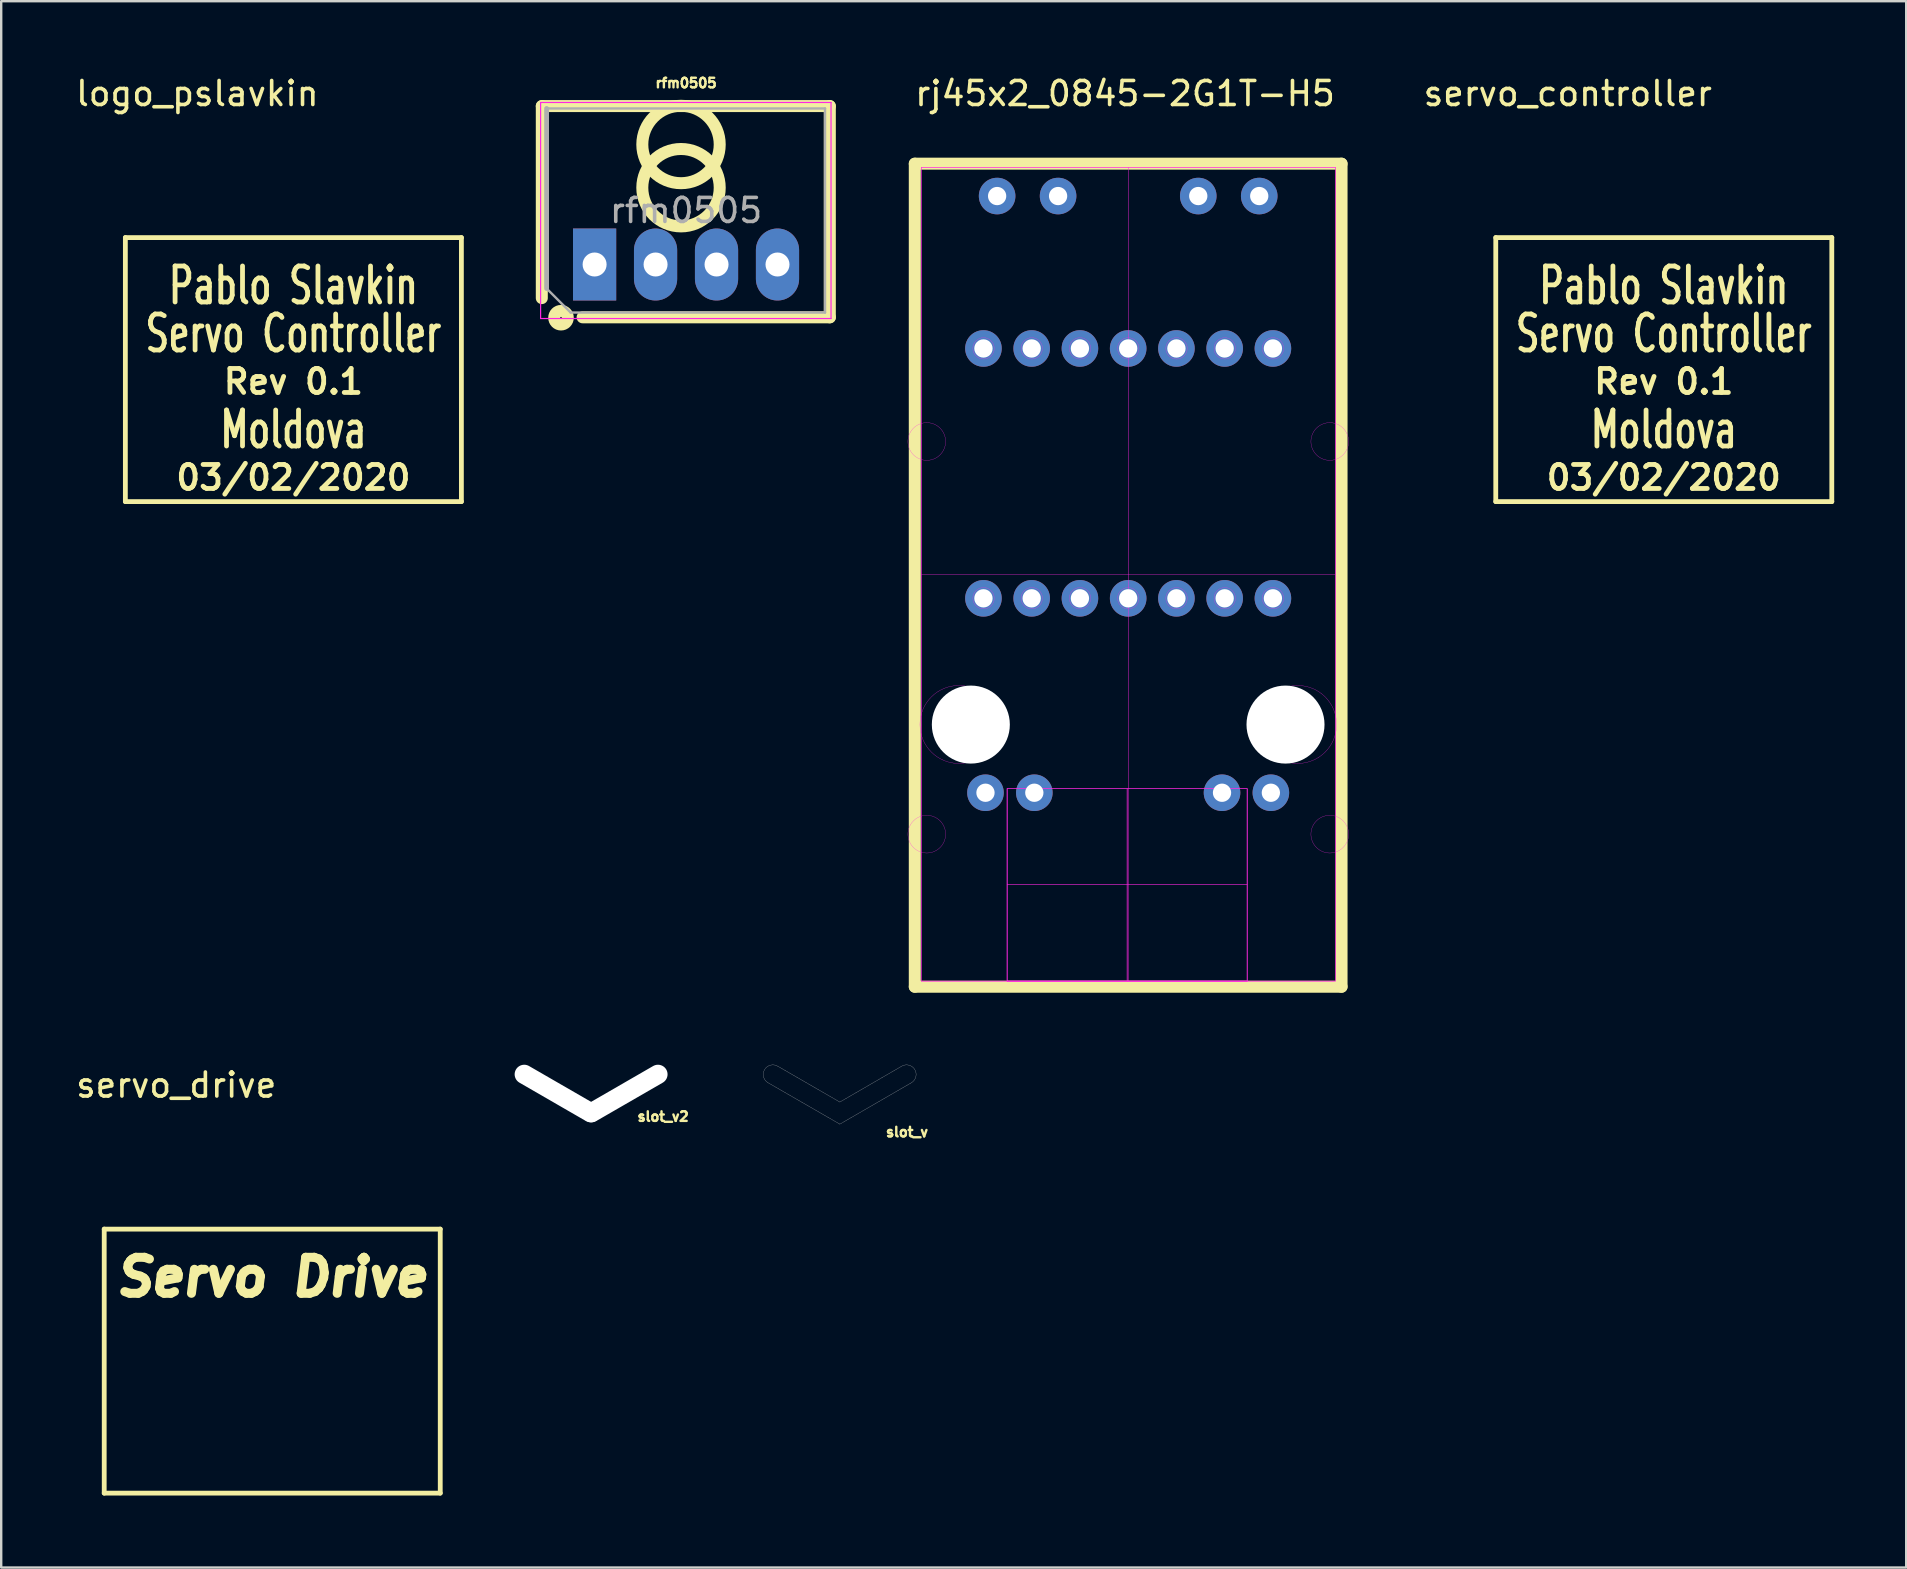
<source format=kicad_pcb>
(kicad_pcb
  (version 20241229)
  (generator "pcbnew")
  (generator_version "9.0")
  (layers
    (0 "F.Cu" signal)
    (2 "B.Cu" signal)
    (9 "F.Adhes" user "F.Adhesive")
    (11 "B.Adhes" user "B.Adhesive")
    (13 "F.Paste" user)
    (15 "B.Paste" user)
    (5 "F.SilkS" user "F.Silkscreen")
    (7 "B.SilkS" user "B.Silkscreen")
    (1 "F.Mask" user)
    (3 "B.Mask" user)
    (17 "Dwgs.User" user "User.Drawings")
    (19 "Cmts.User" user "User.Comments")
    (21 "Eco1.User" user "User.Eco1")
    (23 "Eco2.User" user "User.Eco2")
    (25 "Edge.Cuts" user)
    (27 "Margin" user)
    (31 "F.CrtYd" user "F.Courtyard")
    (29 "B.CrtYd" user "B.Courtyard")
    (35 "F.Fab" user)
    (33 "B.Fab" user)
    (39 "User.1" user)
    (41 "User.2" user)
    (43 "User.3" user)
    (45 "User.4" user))
  (footprint "rj45x2_0845-2G1T-H5"
    (layer "F.Cu")
    (at 43.953 27.138)
    (property "Reference" "rj45x2_0845-2G1T-H5" (at -0.13 -26.29 0) (layer "F.SilkS") (effects (font (size 1 1) (thickness 0.15))))
    (attr through_hole)
    (fp_line (start -8.89 -23.368) (end -8.89 10.922) (stroke (width 0.5) (type solid)) (layer "F.SilkS"))
    (fp_line (start -8.89 10.922) (end 8.89 10.922) (stroke (width 0.5) (type solid)) (layer "F.SilkS"))
    (fp_line (start 8.89 -23.368) (end -8.89 -23.368) (stroke (width 0.5) (type solid)) (layer "F.SilkS"))
    (fp_line (start 8.89 10.922) (end 8.89 -23.368) (stroke (width 0.5) (type solid)) (layer "F.SilkS"))
    (fp_line (start -8.621 -23.224) (end -8.621 10.686) (stroke (width 0.01) (type solid)) (layer "F.CrtYd"))
    (fp_line (start -8.621 -23.224) (end -8.621 10.686) (stroke (width 0.01) (type solid)) (layer "F.CrtYd"))
    (fp_line (start -8.621 -23.224) (end -8.621 10.686) (stroke (width 0.01) (type solid)) (layer "F.CrtYd"))
    (fp_line (start -8.621 -23.224) (end 8.629 -23.224) (stroke (width 0.01) (type solid)) (layer "F.CrtYd"))
    (fp_line (start -8.621 -6.269) (end 8.629 -6.269) (stroke (width 0.01) (type solid)) (layer "F.CrtYd"))
    (fp_line (start -8.621 -6.269) (end 8.629 -6.269) (stroke (width 0.01) (type solid)) (layer "F.CrtYd"))
    (fp_line (start -8.621 10.686) (end -8.621 -23.224) (stroke (width 0.01) (type solid)) (layer "F.CrtYd"))
    (fp_line (start -8.621 10.686) (end 8.629 10.686) (stroke (width 0.01) (type solid)) (layer "F.CrtYd"))
    (fp_line (start -8.621 10.686) (end 8.629 10.686) (stroke (width 0.01) (type solid)) (layer "F.CrtYd"))
    (fp_line (start -8.621 10.686) (end 8.629 10.686) (stroke (width 0.01) (type solid)) (layer "F.CrtYd"))
    (fp_line (start -5.046 2.669) (end 4.954 2.669) (stroke (width 0.01) (type solid)) (layer "F.CrtYd"))
    (fp_line (start -5.046 2.669) (end 4.954 2.669) (stroke (width 0.01) (type solid)) (layer "F.CrtYd"))
    (fp_line (start -5.046 2.669) (end 4.954 2.669) (stroke (width 0.01) (type solid)) (layer "F.CrtYd"))
    (fp_line (start -5.046 2.669) (end 4.954 2.669) (stroke (width 0.01) (type solid)) (layer "F.CrtYd"))
    (fp_line (start -5.046 6.677) (end 4.954 6.677) (stroke (width 0.01) (type solid)) (layer "F.CrtYd"))
    (fp_line (start -5.046 6.677) (end 4.954 6.677) (stroke (width 0.01) (type solid)) (layer "F.CrtYd"))
    (fp_line (start -5.046 10.686) (end -5.046 2.669) (stroke (width 0.01) (type solid)) (layer "F.CrtYd"))
    (fp_line (start -5.046 10.686) (end -5.046 2.669) (stroke (width 0.01) (type solid)) (layer "F.CrtYd"))
    (fp_line (start -5.046 10.686) (end -5.046 2.669) (stroke (width 0.01) (type solid)) (layer "F.CrtYd"))
    (fp_line (start -5.046 10.686) (end -5.046 2.669) (stroke (width 0.01) (type solid)) (layer "F.CrtYd"))
    (fp_line (start -5.046 10.686) (end -5.046 2.669) (stroke (width 0.01) (type solid)) (layer "F.CrtYd"))
    (fp_line (start -5.046 10.686) (end -5.046 2.669) (stroke (width 0.01) (type solid)) (layer "F.CrtYd"))
    (fp_line (start -5.046 10.686) (end -5.046 10.686) (stroke (width 0.01) (type solid)) (layer "F.CrtYd"))
    (fp_line (start -5.046 10.686) (end -5.046 10.686) (stroke (width 0.01) (type solid)) (layer "F.CrtYd"))
    (fp_line (start -5.046 10.686) (end 4.954 10.686) (stroke (width 0.01) (type solid)) (layer "F.CrtYd"))
    (fp_line (start -5.046 10.686) (end 4.954 10.686) (stroke (width 0.01) (type solid)) (layer "F.CrtYd"))
    (fp_line (start -5.046 10.686) (end 4.954 10.686) (stroke (width 0.01) (type solid)) (layer "F.CrtYd"))
    (fp_line (start -5.046 10.686) (end 4.954 10.686) (stroke (width 0.01) (type solid)) (layer "F.CrtYd"))
    (fp_line (start -0.046 10.686) (end -0.046 2.669) (stroke (width 0.01) (type solid)) (layer "F.CrtYd"))
    (fp_line (start -0.046 10.686) (end -0.046 2.669) (stroke (width 0.01) (type solid)) (layer "F.CrtYd"))
    (fp_line (start -0.046 10.686) (end -0.046 2.669) (stroke (width 0.01) (type solid)) (layer "F.CrtYd"))
    (fp_line (start -0.046 10.686) (end -0.046 2.669) (stroke (width 0.01) (type solid)) (layer "F.CrtYd"))
    (fp_line (start 0.004 10.686) (end 0.004 -23.224) (stroke (width 0.01) (type solid)) (layer "F.CrtYd"))
    (fp_line (start 0.004 10.686) (end 0.004 -23.224) (stroke (width 0.01) (type solid)) (layer "F.CrtYd"))
    (fp_line (start 4.954 2.669) (end -5.046 2.669) (stroke (width 0.01) (type solid)) (layer "F.CrtYd"))
    (fp_line (start 4.954 2.669) (end -5.046 2.669) (stroke (width 0.01) (type solid)) (layer "F.CrtYd"))
    (fp_line (start 4.954 6.677) (end -5.046 6.677) (stroke (width 0.01) (type solid)) (layer "F.CrtYd"))
    (fp_line (start 4.954 6.677) (end -5.046 6.677) (stroke (width 0.01) (type solid)) (layer "F.CrtYd"))
    (fp_line (start 4.954 10.686) (end -5.046 10.686) (stroke (width 0.01) (type solid)) (layer "F.CrtYd"))
    (fp_line (start 4.954 10.686) (end -5.046 10.686) (stroke (width 0.01) (type solid)) (layer "F.CrtYd"))
    (fp_line (start 4.954 10.686) (end -5.046 10.686) (stroke (width 0.01) (type solid)) (layer "F.CrtYd"))
    (fp_line (start 4.954 10.686) (end -5.046 10.686) (stroke (width 0.01) (type solid)) (layer "F.CrtYd"))
    (fp_line (start 4.954 10.686) (end 4.954 2.669) (stroke (width 0.01) (type solid)) (layer "F.CrtYd"))
    (fp_line (start 4.954 10.686) (end 4.954 2.669) (stroke (width 0.01) (type solid)) (layer "F.CrtYd"))
    (fp_line (start 4.954 10.686) (end 4.954 2.669) (stroke (width 0.01) (type solid)) (layer "F.CrtYd"))
    (fp_line (start 4.954 10.686) (end 4.954 2.669) (stroke (width 0.01) (type solid)) (layer "F.CrtYd"))
    (fp_line (start 4.954 10.686) (end 4.954 2.669) (stroke (width 0.01) (type solid)) (layer "F.CrtYd"))
    (fp_line (start 4.954 10.686) (end 4.954 2.669) (stroke (width 0.01) (type solid)) (layer "F.CrtYd"))
    (fp_line (start 4.954 10.686) (end 4.954 10.686) (stroke (width 0.01) (type solid)) (layer "F.CrtYd"))
    (fp_line (start 4.954 10.686) (end 4.954 10.686) (stroke (width 0.01) (type solid)) (layer "F.CrtYd"))
    (fp_line (start 8.629 -23.224) (end -8.621 -23.224) (stroke (width 0.01) (type solid)) (layer "F.CrtYd"))
    (fp_line (start 8.629 -23.224) (end -8.621 -23.224) (stroke (width 0.01) (type solid)) (layer "F.CrtYd"))
    (fp_line (start 8.629 -23.224) (end -8.621 -23.224) (stroke (width 0.01) (type solid)) (layer "F.CrtYd"))
    (fp_line (start 8.629 -23.224) (end 8.629 10.686) (stroke (width 0.01) (type solid)) (layer "F.CrtYd"))
    (fp_line (start 8.629 10.686) (end -8.621 10.686) (stroke (width 0.01) (type solid)) (layer "F.CrtYd"))
    (fp_line (start 8.629 10.686) (end 8.629 -23.224) (stroke (width 0.01) (type solid)) (layer "F.CrtYd"))
    (fp_line (start 8.629 10.686) (end 8.629 -23.224) (stroke (width 0.01) (type solid)) (layer "F.CrtYd"))
    (fp_line (start 8.629 10.686) (end 8.629 -23.224) (stroke (width 0.01) (type solid)) (layer "F.CrtYd"))
    (fp_circle (center -8.391 -11.794) (end -7.606 -11.794) (stroke (width 0.01) (type solid)) (fill no) (layer "F.CrtYd"))
    (fp_circle (center -8.391 4.566) (end -7.606 4.566) (stroke (width 0.01) (type solid)) (fill no) (layer "F.CrtYd"))
    (fp_circle (center -7.051 -0.004) (end -5.426 -0.004) (stroke (width 0.01) (type solid)) (fill no) (layer "F.CrtYd"))
    (fp_circle (center -6.026 -15.674) (end -5.581 -15.674) (stroke (width 0.01) (type solid)) (fill no) (layer "F.CrtYd"))
    (fp_circle (center -6.026 -5.264) (end -5.581 -5.264) (stroke (width 0.01) (type solid)) (fill no) (layer "F.CrtYd"))
    (fp_circle (center -4.016 -15.674) (end -3.571 -15.674) (stroke (width 0.01) (type solid)) (fill no) (layer "F.CrtYd"))
    (fp_circle (center -4.016 -5.264) (end -3.571 -5.264) (stroke (width 0.01) (type solid)) (fill no) (layer "F.CrtYd"))
    (fp_circle (center -2.006 -15.674) (end -1.561 -15.674) (stroke (width 0.01) (type solid)) (fill no) (layer "F.CrtYd"))
    (fp_circle (center -2.006 -5.264) (end -1.561 -5.264) (stroke (width 0.01) (type solid)) (fill no) (layer "F.CrtYd"))
    (fp_circle (center 0.004 -15.674) (end 0.449 -15.674) (stroke (width 0.01) (type solid)) (fill no) (layer "F.CrtYd"))
    (fp_circle (center 0.004 -5.264) (end 0.449 -5.264) (stroke (width 0.01) (type solid)) (fill no) (layer "F.CrtYd"))
    (fp_circle (center 2.014 -15.674) (end 2.459 -15.674) (stroke (width 0.01) (type solid)) (fill no) (layer "F.CrtYd"))
    (fp_circle (center 2.014 -5.264) (end 2.459 -5.264) (stroke (width 0.01) (type solid)) (fill no) (layer "F.CrtYd"))
    (fp_circle (center 4.024 -15.674) (end 4.469 -15.674) (stroke (width 0.01) (type solid)) (fill no) (layer "F.CrtYd"))
    (fp_circle (center 4.024 -5.264) (end 4.469 -5.264) (stroke (width 0.01) (type solid)) (fill no) (layer "F.CrtYd"))
    (fp_circle (center 6.034 -15.674) (end 6.479 -15.674) (stroke (width 0.01) (type solid)) (fill no) (layer "F.CrtYd"))
    (fp_circle (center 6.034 -5.264) (end 6.479 -5.264) (stroke (width 0.01) (type solid)) (fill no) (layer "F.CrtYd"))
    (fp_circle (center 7.059 -0.004) (end 8.684 -0.004) (stroke (width 0.01) (type solid)) (fill no) (layer "F.CrtYd"))
    (fp_circle (center 8.399 -11.794) (end 9.184 -11.794) (stroke (width 0.01) (type solid)) (fill no) (layer "F.CrtYd"))
    (fp_circle (center 8.399 4.566) (end 9.184 4.566) (stroke (width 0.01) (type solid)) (fill no) (layer "F.CrtYd"))
    (pad "" np_thru_hole circle (at -6.555 0) (size 3.25 3.25) (drill 3.25) (layers "*.Cu" "*.Mask"))
    (pad "" np_thru_hole circle (at 6.555 0) (size 3.25 3.25) (drill 3.25) (layers "*.Cu" "*.Mask"))
    (pad "1" thru_hole circle (at -6.03 -5.26) (size 1.524 1.524) (drill 0.762) (layers "*.Cu" "*.Mask"))
    (pad "2" thru_hole circle (at -4.02 -5.26) (size 1.524 1.524) (drill 0.762) (layers "*.Cu" "*.Mask"))
    (pad "3" thru_hole circle (at -2.01 -5.26) (size 1.524 1.524) (drill 0.762) (layers "*.Cu" "*.Mask"))
    (pad "4" thru_hole circle (at 0 -5.26) (size 1.524 1.524) (drill 0.762) (layers "*.Cu" "*.Mask"))
    (pad "5" thru_hole circle (at 2.01 -5.26) (size 1.524 1.524) (drill 0.762) (layers "*.Cu" "*.Mask"))
    (pad "6" thru_hole circle (at 4.02 -5.26) (size 1.524 1.524) (drill 0.762) (layers "*.Cu" "*.Mask"))
    (pad "7" thru_hole circle (at 6.03 -5.26) (size 1.524 1.524) (drill 0.762) (layers "*.Cu" "*.Mask"))
    (pad "8" thru_hole circle (at -6.03 -15.67) (size 1.524 1.524) (drill 0.762) (layers "*.Cu" "*.Mask"))
    (pad "9" thru_hole circle (at -4.02 -15.67) (size 1.524 1.524) (drill 0.762) (layers "*.Cu" "*.Mask"))
    (pad "10" thru_hole circle (at -2.01 -15.67) (size 1.524 1.524) (drill 0.762) (layers "*.Cu" "*.Mask"))
    (pad "11" thru_hole circle (at 0 -15.67) (size 1.524 1.524) (drill 0.762) (layers "*.Cu" "*.Mask"))
    (pad "12" thru_hole circle (at 2.01 -15.67) (size 1.524 1.524) (drill 0.762) (layers "*.Cu" "*.Mask"))
    (pad "13" thru_hole circle (at 4.02 -15.67) (size 1.524 1.524) (drill 0.762) (layers "*.Cu" "*.Mask"))
    (pad "14" thru_hole circle (at 6.03 -15.67) (size 1.524 1.524) (drill 0.762) (layers "*.Cu" "*.Mask"))
    (pad "15" thru_hole circle (at -5.945 2.84) (size 1.524 1.524) (drill 0.762) (layers "*.Cu" "*.Mask"))
    (pad "16" thru_hole circle (at -3.91 2.84) (size 1.524 1.524) (drill 0.762) (layers "*.Cu" "*.Mask"))
    (pad "17" thru_hole circle (at 3.91 2.84) (size 1.524 1.524) (drill 0.762) (layers "*.Cu" "*.Mask"))
    (pad "18" thru_hole circle (at 5.945 2.84) (size 1.524 1.524) (drill 0.762) (layers "*.Cu" "*.Mask"))
    (pad "19" thru_hole circle (at -5.46 -22.02) (size 1.524 1.524) (drill 0.762) (layers "*.Cu" "*.Mask"))
    (pad "20" thru_hole circle (at -2.92 -22.02) (size 1.524 1.524) (drill 0.762) (layers "*.Cu" "*.Mask"))
    (pad "21" thru_hole circle (at 2.92 -22.02) (size 1.524 1.524) (drill 0.762) (layers "*.Cu" "*.Mask"))
    (pad "22" thru_hole circle (at 5.46 -22.02) (size 1.524 1.524) (drill 0.762) (layers "*.Cu" "*.Mask")))
  (footprint "slot_v"
    (layer "F.Cu")
    (at 31.839 43.415)
    (property "Reference" "slot_v" (at 2.9 0.7 0) (layer "F.SilkS") (effects (font (size 0.4 0.4) (thickness 0.1))))
    (attr through_hole)
    (fp_line (start -2.48 -2.04) (end 0.1 -0.55) (stroke (width 0.01) (type solid)) (layer "Dwgs.User"))
    (fp_line (start 0.1 -0.55) (end 2.67 -2.04) (stroke (width 0.01) (type solid)) (layer "Dwgs.User"))
    (fp_line (start 0.1 0.37) (end -2.9 -1.36) (stroke (width 0.01) (type solid)) (layer "Dwgs.User"))
    (fp_line (start 3.09 -1.36) (end 0.1 0.37) (stroke (width 0.01) (type solid)) (layer "Dwgs.User"))
    (fp_arc (start -2.9 -1.360002) (mid -3.03 -1.91) (end -2.480002 -2.04) (stroke (width 0.01) (type solid)) (layer "Dwgs.User"))
    (fp_arc (start 2.670002 -2.039998) (mid 3.22 -1.909998) (end 3.09 -1.36) (stroke (width 0.01) (type solid)) (layer "Dwgs.User")))
  (footprint "logo_pslavkin"
    (layer "F.Cu")
    (at 3.173 15.848)
    (property "Reference" "logo_pslavkin" (at 2 -15 0) (layer "F.SilkS") (effects (font (size 1 1) (thickness 0.15))))
    (attr exclude_from_pos_files exclude_from_bom)
    (fp_line (start -1 -9) (end -1 2) (stroke (width 0.2) (type solid)) (layer "F.SilkS"))
    (fp_line (start -1 2) (end 13 2) (stroke (width 0.2) (type solid)) (layer "F.SilkS"))
    (fp_line (start 13 -9) (end -1 -9) (stroke (width 0.2) (type solid)) (layer "F.SilkS"))
    (fp_line (start 13 2) (end 13 -9) (stroke (width 0.2) (type solid)) (layer "F.SilkS"))
    (fp_text user "Servo Controller" (at 6 -5 0) (layer "F.SilkS") (effects (font (size 1.5 1) (thickness 0.2))))
    (fp_text user "Rev 0.1" (at 6 -3 0) (layer "F.SilkS") (effects (font (size 1 1) (thickness 0.2))))
    (fp_text user "Moldova" (at 6 -1 0) (layer "F.SilkS") (effects (font (size 1.5 1) (thickness 0.2))))
    (fp_text user "03/02/2020" (at 6 1 0) (layer "F.SilkS") (effects (font (size 1 1) (thickness 0.2))))
    (fp_text user "Pablo Slavkin" (at 6 -7 0) (layer "F.SilkS") (effects (font (size 1.5 1) (thickness 0.2)))))
  (footprint "servo_drive"
    (layer "F.Cu")
    (at 2.292 57.158)
    (property "Reference" "servo_drive" (at 2 -15 0) (layer "F.SilkS") (effects (font (size 1 1) (thickness 0.15))))
    (attr exclude_from_pos_files exclude_from_bom)
    (fp_line (start -1 -9) (end -1 2) (stroke (width 0.2) (type solid)) (layer "F.SilkS"))
    (fp_line (start -1 2) (end 13 2) (stroke (width 0.2) (type solid)) (layer "F.SilkS"))
    (fp_line (start 13 -9) (end -1 -9) (stroke (width 0.2) (type solid)) (layer "F.SilkS"))
    (fp_line (start 13 2) (end 13 -9) (stroke (width 0.2) (type solid)) (layer "F.SilkS"))
    (fp_text user "Servo Drive" (at 6 -7 0) (layer "F.SilkS") (effects (font (size 1.5 1.5) (thickness 0.375) (italic yes)))))
  (footprint "servo_controller"
    (layer "F.Cu")
    (at 60.268 15.848)
    (property "Reference" "servo_controller" (at 2 -15 0) (layer "F.SilkS") (effects (font (size 1 1) (thickness 0.15))))
    (attr exclude_from_pos_files exclude_from_bom)
    (fp_line (start -1 -9) (end -1 2) (stroke (width 0.2) (type solid)) (layer "F.SilkS"))
    (fp_line (start -1 2) (end 13 2) (stroke (width 0.2) (type solid)) (layer "F.SilkS"))
    (fp_line (start 13 -9) (end -1 -9) (stroke (width 0.2) (type solid)) (layer "F.SilkS"))
    (fp_line (start 13 2) (end 13 -9) (stroke (width 0.2) (type solid)) (layer "F.SilkS"))
    (fp_text user "Pablo Slavkin" (at 6 -7 0) (layer "F.SilkS") (effects (font (size 1.5 1) (thickness 0.2))))
    (fp_text user "Servo Controller" (at 6 -5 0) (layer "F.SilkS") (effects (font (size 1.5 1) (thickness 0.2))))
    (fp_text user "03/02/2020" (at 6 1 0) (layer "F.SilkS") (effects (font (size 1 1) (thickness 0.2))))
    (fp_text user "Rev 0.1" (at 6 -3 0) (layer "F.SilkS") (effects (font (size 1 1) (thickness 0.2))))
    (fp_text user "Moldova" (at 6 -1 0) (layer "F.SilkS") (effects (font (size 1.5 1) (thickness 0.2)))))
  (footprint "slot_v2"
    (layer "F.Cu")
    (at 21.477 43.41)
    (property "Reference" "slot_v2" (at 3.1 0.06 0) (layer "F.SilkS") (effects (font (size 0.4 0.4) (thickness 0.1))))
    (attr through_hole)
    (pad "" np_thru_hole oval (at -1.3 -0.9 330) (size 4 0.8) (drill oval 4 0.8) (layers "*.Cu" "*.Mask"))
    (pad "" np_thru_hole oval (at 1.5 -0.9 30) (size 4 0.8) (drill oval 4 0.8) (layers "*.Cu" "*.Mask")))
  (footprint "rfm0505"
    (layer "F.Cu")
    (at 21.723 7.97)
    (property "Reference" "rfm0505" (at 3.81 -7.56 0) (layer "F.SilkS") (effects (font (size 0.4 0.4) (thickness 0.1))))
    (attr through_hole)
    (fp_line (start -2.2 -6.6) (end 9.8 -6.6) (stroke (width 0.5) (type solid)) (layer "F.SilkS"))
    (fp_line (start -2.2 1.4) (end -2.2 -6.6) (stroke (width 0.5) (type solid)) (layer "F.SilkS"))
    (fp_line (start 9.8 -6.6) (end 9.8 2.2) (stroke (width 0.5) (type solid)) (layer "F.SilkS"))
    (fp_line (start 9.8 2.2) (end -0.5 2.2) (stroke (width 0.5) (type solid)) (layer "F.SilkS"))
    (fp_circle (center -1.4 2.217) (end -1.2 2.417) (stroke (width 0.5) (type solid)) (fill no) (layer "F.SilkS"))
    (fp_circle (center 3.6 -5) (end 5 -4.2) (stroke (width 0.5) (type solid)) (fill no) (layer "F.SilkS"))
    (fp_circle (center 3.6 -3.2) (end 5 -2.4) (stroke (width 0.5) (type solid)) (fill no) (layer "F.SilkS"))
    (fp_line (start -2.25 -6.75) (end -2.25 2.25) (stroke (width 0.05) (type solid)) (layer "F.CrtYd"))
    (fp_line (start -2.25 2.25) (end 9.85 2.25) (stroke (width 0.05) (type solid)) (layer "F.CrtYd"))
    (fp_line (start 9.85 -6.75) (end -2.25 -6.75) (stroke (width 0.05) (type solid)) (layer "F.CrtYd"))
    (fp_line (start 9.85 2.25) (end 9.85 -6.75) (stroke (width 0.05) (type solid)) (layer "F.CrtYd"))
    (fp_line (start -2 -6.5) (end 9.6 -6.5) (stroke (width 0.1) (type solid)) (layer "F.Fab"))
    (fp_line (start -2 1) (end -2 -6.5) (stroke (width 0.2) (type solid)) (layer "F.Fab"))
    (fp_line (start -1 2) (end -2 1) (stroke (width 0.1) (type solid)) (layer "F.Fab"))
    (fp_line (start 9.6 -6.5) (end 9.6 2) (stroke (width 0.1) (type solid)) (layer "F.Fab"))
    (fp_line (start 9.6 2) (end -1 2) (stroke (width 0.1) (type solid)) (layer "F.Fab"))
    (fp_text user "${REFERENCE}" (at 3.81 -2.25 0) (layer "F.Fab") (effects (font (size 1 1) (thickness 0.15))))
    (pad "1" thru_hole rect (at 0 0) (size 1.8 3) (drill 1) (layers "*.Cu" "*.Mask"))
    (pad "2" thru_hole oval (at 2.54 0) (size 1.8 3) (drill 1) (layers "*.Cu" "*.Mask"))
    (pad "3" thru_hole oval (at 5.08 0) (size 1.8 3) (drill 1) (layers "*.Cu" "*.Mask"))
    (pad "4" thru_hole oval (at 7.62 0) (size 1.8 3) (drill 1) (layers "*.Cu" "*.Mask")))
  (gr_rect
    (start -3 -3)
    (end 76.368 62.258)
    (stroke (width 0.1) (type default))
    (fill no)
    (layer "Edge.Cuts")))
</source>
